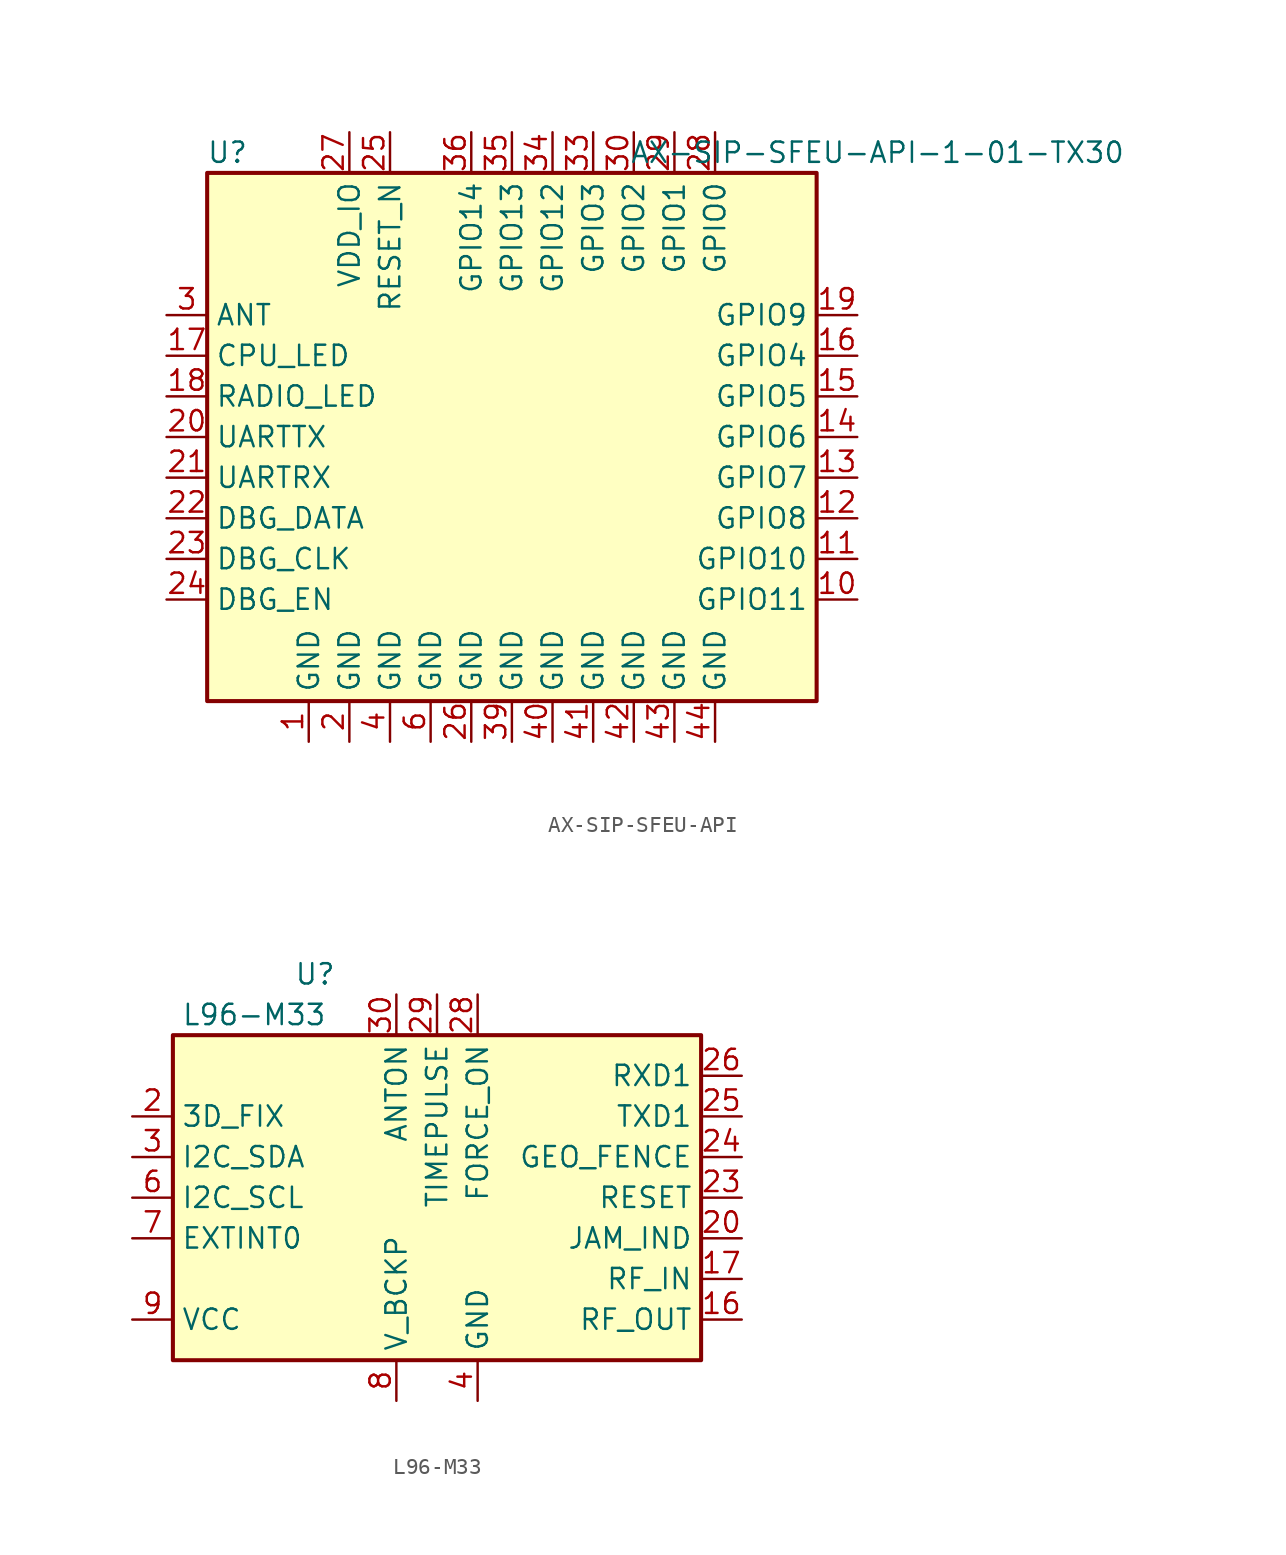
<source format=kicad_sym>
(kicad_symbol_lib
  (version 20220914)
  (generator kicad_symbol_editor)
  (symbol "AX-SIP-SFEU-API"
    (property "Reference" "U"
      (at -17.78 17.78 0)
      (effects (font (size 1.27 1.27))))
    (property "Value" "AX-SIP-SFEU-API-1-01-TX30"
      (at 22.86 17.78 0)
      (effects (font (size 1.27 1.27))))
    (symbol "AX-SIP-SFEU-API_0_0"
      (pin power_in line (at -12.7 -19.05 90) (length 2.54) (name "GND" (effects (font (size 1.27 1.27)))) (number "1" (effects (font (size 1.27 1.27)))))
      (pin bidirectional line (at 21.59 -10.16 180) (length 2.54) (name "GPIO11" (effects (font (size 1.27 1.27)))) (number "10" (effects (font (size 1.27 1.27)))))
      (pin bidirectional line (at 21.59 -7.62 180) (length 2.54) (name "GPIO10" (effects (font (size 1.27 1.27)))) (number "11" (effects (font (size 1.27 1.27)))))
      (pin bidirectional line (at 21.59 -5.08 180) (length 2.54) (name "GPIO8" (effects (font (size 1.27 1.27)))) (number "12" (effects (font (size 1.27 1.27)))))
      (pin bidirectional line (at 21.59 -2.54 180) (length 2.54) (name "GPIO7" (effects (font (size 1.27 1.27)))) (number "13" (effects (font (size 1.27 1.27)))))
      (pin bidirectional line (at 21.59 0 180) (length 2.54) (name "GPIO6" (effects (font (size 1.27 1.27)))) (number "14" (effects (font (size 1.27 1.27)))))
      (pin bidirectional line (at 21.59 2.54 180) (length 2.54) (name "GPIO5" (effects (font (size 1.27 1.27)))) (number "15" (effects (font (size 1.27 1.27)))))
      (pin bidirectional line (at 21.59 5.08 180) (length 2.54) (name "GPIO4" (effects (font (size 1.27 1.27)))) (number "16" (effects (font (size 1.27 1.27)))))
      (pin output line (at -21.59 5.08 0) (length 2.54) (name "CPU_LED" (effects (font (size 1.27 1.27)))) (number "17" (effects (font (size 1.27 1.27)))))
      (pin output line (at -21.59 2.54 0) (length 2.54) (name "RADIO_LED" (effects (font (size 1.27 1.27)))) (number "18" (effects (font (size 1.27 1.27)))))
      (pin bidirectional line (at 21.59 7.62 180) (length 2.54) (name "GPIO9" (effects (font (size 1.27 1.27)))) (number "19" (effects (font (size 1.27 1.27)))))
      (pin power_in line (at -10.16 -19.05 90) (length 2.54) (name "GND" (effects (font (size 1.27 1.27)))) (number "2" (effects (font (size 1.27 1.27)))))
      (pin output line (at -21.59 0 0) (length 2.54) (name "UARTTX" (effects (font (size 1.27 1.27)))) (number "20" (effects (font (size 1.27 1.27)))))
      (pin input line (at -21.59 -2.54 0) (length 2.54) (name "UARTRX" (effects (font (size 1.27 1.27)))) (number "21" (effects (font (size 1.27 1.27)))))
      (pin bidirectional line (at -21.59 -5.08 0) (length 2.54) (name "DBG_DATA" (effects (font (size 1.27 1.27)))) (number "22" (effects (font (size 1.27 1.27)))))
      (pin input line (at -21.59 -7.62 0) (length 2.54) (name "DBG_CLK" (effects (font (size 1.27 1.27)))) (number "23" (effects (font (size 1.27 1.27)))))
      (pin input line (at -21.59 -10.16 0) (length 2.54) (name "DBG_EN" (effects (font (size 1.27 1.27)))) (number "24" (effects (font (size 1.27 1.27)))))
      (pin input line (at -7.62 19.05 270) (length 2.54) (name "RESET_N" (effects (font (size 1.27 1.27)))) (number "25" (effects (font (size 1.27 1.27)))))
      (pin power_in line (at -2.54 -19.05 90) (length 2.54) (name "GND" (effects (font (size 1.27 1.27)))) (number "26" (effects (font (size 1.27 1.27)))))
      (pin passive line (at -10.16 19.05 270) (length 2.54) (name "VDD_IO" (effects (font (size 1.27 1.27)))) (number "27" (effects (font (size 1.27 1.27)))))
      (pin bidirectional line (at 12.7 19.05 270) (length 2.54) (name "GPIO0" (effects (font (size 1.27 1.27)))) (number "28" (effects (font (size 1.27 1.27)))))
      (pin bidirectional line (at 10.16 19.05 270) (length 2.54) (name "GPIO1" (effects (font (size 1.27 1.27)))) (number "29" (effects (font (size 1.27 1.27)))))
      (pin output line (at -21.59 7.62 0) (length 2.54) (name "ANT" (effects (font (size 1.27 1.27)))) (number "3" (effects (font (size 1.27 1.27)))))
      (pin bidirectional line (at 7.62 19.05 270) (length 2.54) (name "GPIO2" (effects (font (size 1.27 1.27)))) (number "30" (effects (font (size 1.27 1.27)))))
      (pin no_connect line (at 1.27 5.08 0) (length 2.54) hide (name "NC" (effects (font (size 1.27 1.27)))) (number "31" (effects (font (size 1.27 1.27)))))
      (pin no_connect line (at 1.27 2.54 0) (length 2.54) hide (name "NC" (effects (font (size 1.27 1.27)))) (number "32" (effects (font (size 1.27 1.27)))))
      (pin bidirectional line (at 5.08 19.05 270) (length 2.54) (name "GPIO3" (effects (font (size 1.27 1.27)))) (number "33" (effects (font (size 1.27 1.27)))))
      (pin bidirectional line (at 2.54 19.05 270) (length 2.54) (name "GPIO12" (effects (font (size 1.27 1.27)))) (number "34" (effects (font (size 1.27 1.27)))))
      (pin bidirectional line (at 0 19.05 270) (length 2.54) (name "GPIO13" (effects (font (size 1.27 1.27)))) (number "35" (effects (font (size 1.27 1.27)))))
      (pin bidirectional line (at -2.54 19.05 270) (length 2.54) (name "GPIO14" (effects (font (size 1.27 1.27)))) (number "36" (effects (font (size 1.27 1.27)))))
      (pin no_connect line (at 1.27 0 0) (length 2.54) hide (name "NC" (effects (font (size 1.27 1.27)))) (number "37" (effects (font (size 1.27 1.27)))))
      (pin no_connect line (at 1.27 -2.54 0) (length 2.54) hide (name "NC" (effects (font (size 1.27 1.27)))) (number "38" (effects (font (size 1.27 1.27)))))
      (pin power_in line (at 0 -19.05 90) (length 2.54) (name "GND" (effects (font (size 1.27 1.27)))) (number "39" (effects (font (size 1.27 1.27)))))
      (pin power_in line (at -7.62 -19.05 90) (length 2.54) (name "GND" (effects (font (size 1.27 1.27)))) (number "4" (effects (font (size 1.27 1.27)))))
      (pin power_in line (at 2.54 -19.05 90) (length 2.54) (name "GND" (effects (font (size 1.27 1.27)))) (number "40" (effects (font (size 1.27 1.27)))))
      (pin power_in line (at 5.08 -19.05 90) (length 2.54) (name "GND" (effects (font (size 1.27 1.27)))) (number "41" (effects (font (size 1.27 1.27)))))
      (pin power_in line (at 7.62 -19.05 90) (length 2.54) (name "GND" (effects (font (size 1.27 1.27)))) (number "42" (effects (font (size 1.27 1.27)))))
      (pin power_in line (at 10.16 -19.05 90) (length 2.54) (name "GND" (effects (font (size 1.27 1.27)))) (number "43" (effects (font (size 1.27 1.27)))))
      (pin power_in line (at 12.7 -19.05 90) (length 2.54) (name "GND" (effects (font (size 1.27 1.27)))) (number "44" (effects (font (size 1.27 1.27)))))
      (pin no_connect line (at -6.35 5.08 0) (length 2.54) hide (name "NC" (effects (font (size 1.27 1.27)))) (number "5" (effects (font (size 1.27 1.27)))))
      (pin power_in line (at -5.08 -19.05 90) (length 2.54) (name "GND" (effects (font (size 1.27 1.27)))) (number "6" (effects (font (size 1.27 1.27)))))
      (pin no_connect line (at -6.35 2.54 0) (length 2.54) hide (name "NC" (effects (font (size 1.27 1.27)))) (number "7" (effects (font (size 1.27 1.27)))))
      (pin no_connect line (at -6.35 0 0) (length 2.54) hide (name "NC" (effects (font (size 1.27 1.27)))) (number "8" (effects (font (size 1.27 1.27)))))
      (pin no_connect line (at -6.35 -2.54 0) (length 2.54) hide (name "NC" (effects (font (size 1.27 1.27)))) (number "9" (effects (font (size 1.27 1.27))))))
    (symbol "AX-SIP-SFEU-API_0_1"
      (rectangle (start -19.05 16.51) (end 19.05 -16.51) (stroke (width 0.254) (type default)) (fill (type background)))))
  (symbol "L96-M33"
    (property "Reference" "U"
      (at -7.62 16.51 0)
      (effects (font (size 1.27 1.27))))
    (property "Value" "L96-M33"
      (at -11.43 13.97 0)
      (effects (font (size 1.27 1.27))))
    (symbol "L96-M33_0_0"
      (pin no_connect line (at -19.05 10.16 0) (length 2.54) hide (name "NC" (effects (font (size 1.27 1.27)))) (number "1" (effects (font (size 1.27 1.27)))))
      (pin power_in line (at 2.54 -10.16 90) (length 2.54) hide (name "GND" (effects (font (size 1.27 1.27)))) (number "10" (effects (font (size 1.27 1.27)))))
      (pin power_in line (at 2.54 -10.16 90) (length 2.54) hide (name "GND" (effects (font (size 1.27 1.27)))) (number "11" (effects (font (size 1.27 1.27)))))
      (pin power_in line (at 2.54 -10.16 90) (length 2.54) hide (name "GND" (effects (font (size 1.27 1.27)))) (number "12" (effects (font (size 1.27 1.27)))))
      (pin power_in line (at 2.54 -10.16 90) (length 2.54) hide (name "GND" (effects (font (size 1.27 1.27)))) (number "13" (effects (font (size 1.27 1.27)))))
      (pin power_in line (at 2.54 -10.16 90) (length 2.54) hide (name "GND" (effects (font (size 1.27 1.27)))) (number "14" (effects (font (size 1.27 1.27)))))
      (pin power_in line (at 2.54 -10.16 90) (length 2.54) hide (name "GND" (effects (font (size 1.27 1.27)))) (number "15" (effects (font (size 1.27 1.27)))))
      (pin output line (at 19.05 -5.08 180) (length 2.54) (name "RF_OUT" (effects (font (size 1.27 1.27)))) (number "16" (effects (font (size 1.27 1.27)))))
      (pin input line (at 19.05 -2.54 180) (length 2.54) (name "RF_IN" (effects (font (size 1.27 1.27)))) (number "17" (effects (font (size 1.27 1.27)))))
      (pin power_in line (at 2.54 -10.16 90) (length 2.54) hide (name "GND" (effects (font (size 1.27 1.27)))) (number "18" (effects (font (size 1.27 1.27)))))
      (pin power_in line (at 2.54 -10.16 90) (length 2.54) hide (name "GND" (effects (font (size 1.27 1.27)))) (number "19" (effects (font (size 1.27 1.27)))))
      (pin output line (at -19.05 7.62 0) (length 2.54) (name "3D_FIX" (effects (font (size 1.27 1.27)))) (number "2" (effects (font (size 1.27 1.27)))))
      (pin output line (at 19.05 0 180) (length 2.54) (name "JAM_IND" (effects (font (size 1.27 1.27)))) (number "20" (effects (font (size 1.27 1.27)))))
      (pin power_in line (at 2.54 -10.16 90) (length 2.54) hide (name "GND" (effects (font (size 1.27 1.27)))) (number "21" (effects (font (size 1.27 1.27)))))
      (pin power_in line (at 2.54 -10.16 90) (length 2.54) hide (name "GND" (effects (font (size 1.27 1.27)))) (number "22" (effects (font (size 1.27 1.27)))))
      (pin input line (at 19.05 2.54 180) (length 2.54) (name "RESET" (effects (font (size 1.27 1.27)))) (number "23" (effects (font (size 1.27 1.27)))))
      (pin output line (at 19.05 5.08 180) (length 2.54) (name "GEO_FENCE" (effects (font (size 1.27 1.27)))) (number "24" (effects (font (size 1.27 1.27)))))
      (pin output line (at 19.05 7.62 180) (length 2.54) (name "TXD1" (effects (font (size 1.27 1.27)))) (number "25" (effects (font (size 1.27 1.27)))))
      (pin input line (at 19.05 10.16 180) (length 2.54) (name "RXD1" (effects (font (size 1.27 1.27)))) (number "26" (effects (font (size 1.27 1.27)))))
      (pin power_in line (at 2.54 -10.16 90) (length 2.54) hide (name "GND" (effects (font (size 1.27 1.27)))) (number "27" (effects (font (size 1.27 1.27)))))
      (pin input line (at 2.54 15.24 270) (length 2.54) (name "FORCE_ON" (effects (font (size 1.27 1.27)))) (number "28" (effects (font (size 1.27 1.27)))))
      (pin output line (at 0 15.24 270) (length 2.54) (name "TIMEPULSE" (effects (font (size 1.27 1.27)))) (number "29" (effects (font (size 1.27 1.27)))))
      (pin tri_state line (at -19.05 5.08 0) (length 2.54) (name "I2C_SDA" (effects (font (size 1.27 1.27)))) (number "3" (effects (font (size 1.27 1.27)))))
      (pin output line (at -2.54 15.24 270) (length 2.54) (name "ANTON" (effects (font (size 1.27 1.27)))) (number "30" (effects (font (size 1.27 1.27)))))
      (pin power_in line (at 2.54 -10.16 90) (length 2.54) hide (name "GND" (effects (font (size 1.27 1.27)))) (number "31" (effects (font (size 1.27 1.27)))))
      (pin power_in line (at 2.54 -10.16 90) (length 2.54) (name "GND" (effects (font (size 1.27 1.27)))) (number "4" (effects (font (size 1.27 1.27)))))
      (pin power_in line (at 2.54 -10.16 90) (length 2.54) hide (name "GND" (effects (font (size 1.27 1.27)))) (number "5" (effects (font (size 1.27 1.27)))))
      (pin tri_state line (at -19.05 2.54 0) (length 2.54) (name "I2C_SCL" (effects (font (size 1.27 1.27)))) (number "6" (effects (font (size 1.27 1.27)))))
      (pin input line (at -19.05 0 0) (length 2.54) (name "EXTINT0" (effects (font (size 1.27 1.27)))) (number "7" (effects (font (size 1.27 1.27)))))
      (pin power_in line (at -2.54 -10.16 90) (length 2.54) (name "V_BCKP" (effects (font (size 1.27 1.27)))) (number "8" (effects (font (size 1.27 1.27)))))
      (pin power_in line (at -19.05 -5.08 0) (length 2.54) (name "VCC" (effects (font (size 1.27 1.27)))) (number "9" (effects (font (size 1.27 1.27))))))
    (symbol "L96-M33_0_1"
      (rectangle (start -16.51 12.7) (end 16.51 -7.62) (stroke (width 0.254) (type default)) (fill (type background))))))
</source>
